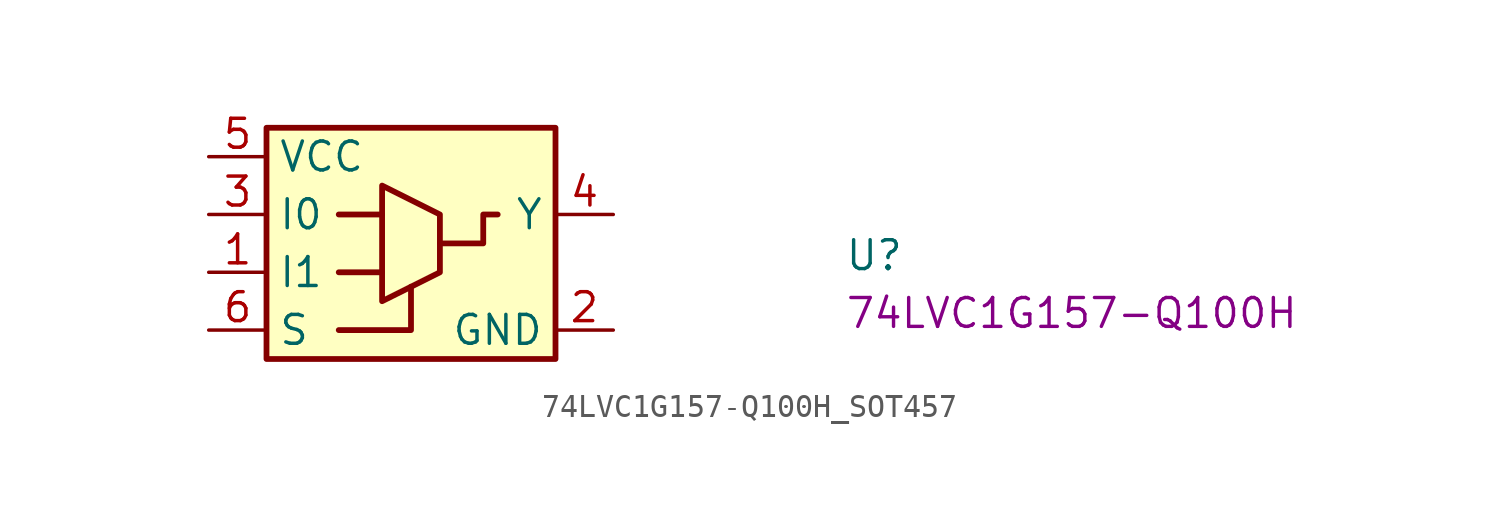
<source format=kicad_sym>
(kicad_symbol_lib
  (version 20220914)
  (generator kicad_symbol_editor)
  (symbol "74LVC1G157-Q100H_SOT457"
    (property "Reference" "U"
      (at 27.94 -5.08 0)
      (effects (font (size 1.27 1.27) (thickness 0.15)) (justify left bottom)))
    (property "MPN" "74LVC1G157-Q100H"
      (at 27.94 -7.62 0)
      (effects (font (size 1.27 1.27) (thickness 0.15)) (justify left bottom)))
    (symbol "74LVC1G157-Q100H_SOT457_1_1"
      (polyline (pts (xy 5.715 -5.08) (xy 7.62 -5.08)) (stroke (width 0.254) (type default)) (fill (type none)))
      (polyline (pts (xy 5.715 -2.54) (xy 7.62 -2.54)) (stroke (width 0.254) (type default)) (fill (type none)))
      (polyline (pts (xy 5.715 -7.62) (xy 8.89 -7.62) (xy 8.89 -5.715)) (stroke (width 0.254) (type default)) (fill (type none)))
      (polyline (pts (xy 10.16 -3.81) (xy 12.065 -3.81) (xy 12.065 -2.54) (xy 12.7 -2.54)) (stroke (width 0.254) (type default)) (fill (type none)))
      (polyline (pts (xy 7.62 -1.27) (xy 7.62 -6.35) (xy 10.16 -5.08) (xy 10.16 -2.54) (xy 7.62 -1.27)) (stroke (width 0.254) (type default)) (fill (type none)))
      (rectangle (start 2.54 1.27) (end 15.24 -8.89) (stroke (width 0.254) (type default)) (fill (type background)))
      (pin input line (at 0 -5.08 0) (length 2.54) (name "I1" (effects (font (size 1.27 1.27)))) (number "1" (effects (font (size 1.27 1.27)))))
      (pin power_in line (at 17.78 -7.62 180) (length 2.54) (name "GND" (effects (font (size 1.27 1.27)))) (number "2" (effects (font (size 1.27 1.27)))))
      (pin input line (at 0 -2.54 0) (length 2.54) (name "I0" (effects (font (size 1.27 1.27)))) (number "3" (effects (font (size 1.27 1.27)))))
      (pin output line (at 17.78 -2.54 180) (length 2.54) (name "Y" (effects (font (size 1.27 1.27)))) (number "4" (effects (font (size 1.27 1.27)))))
      (pin power_in line (at 0 0 0) (length 2.54) (name "VCC" (effects (font (size 1.27 1.27)))) (number "5" (effects (font (size 1.27 1.27)))))
      (pin input line (at 0 -7.62 0) (length 2.54) (name "S" (effects (font (size 1.27 1.27)))) (number "6" (effects (font (size 1.27 1.27))))))))
</source>
